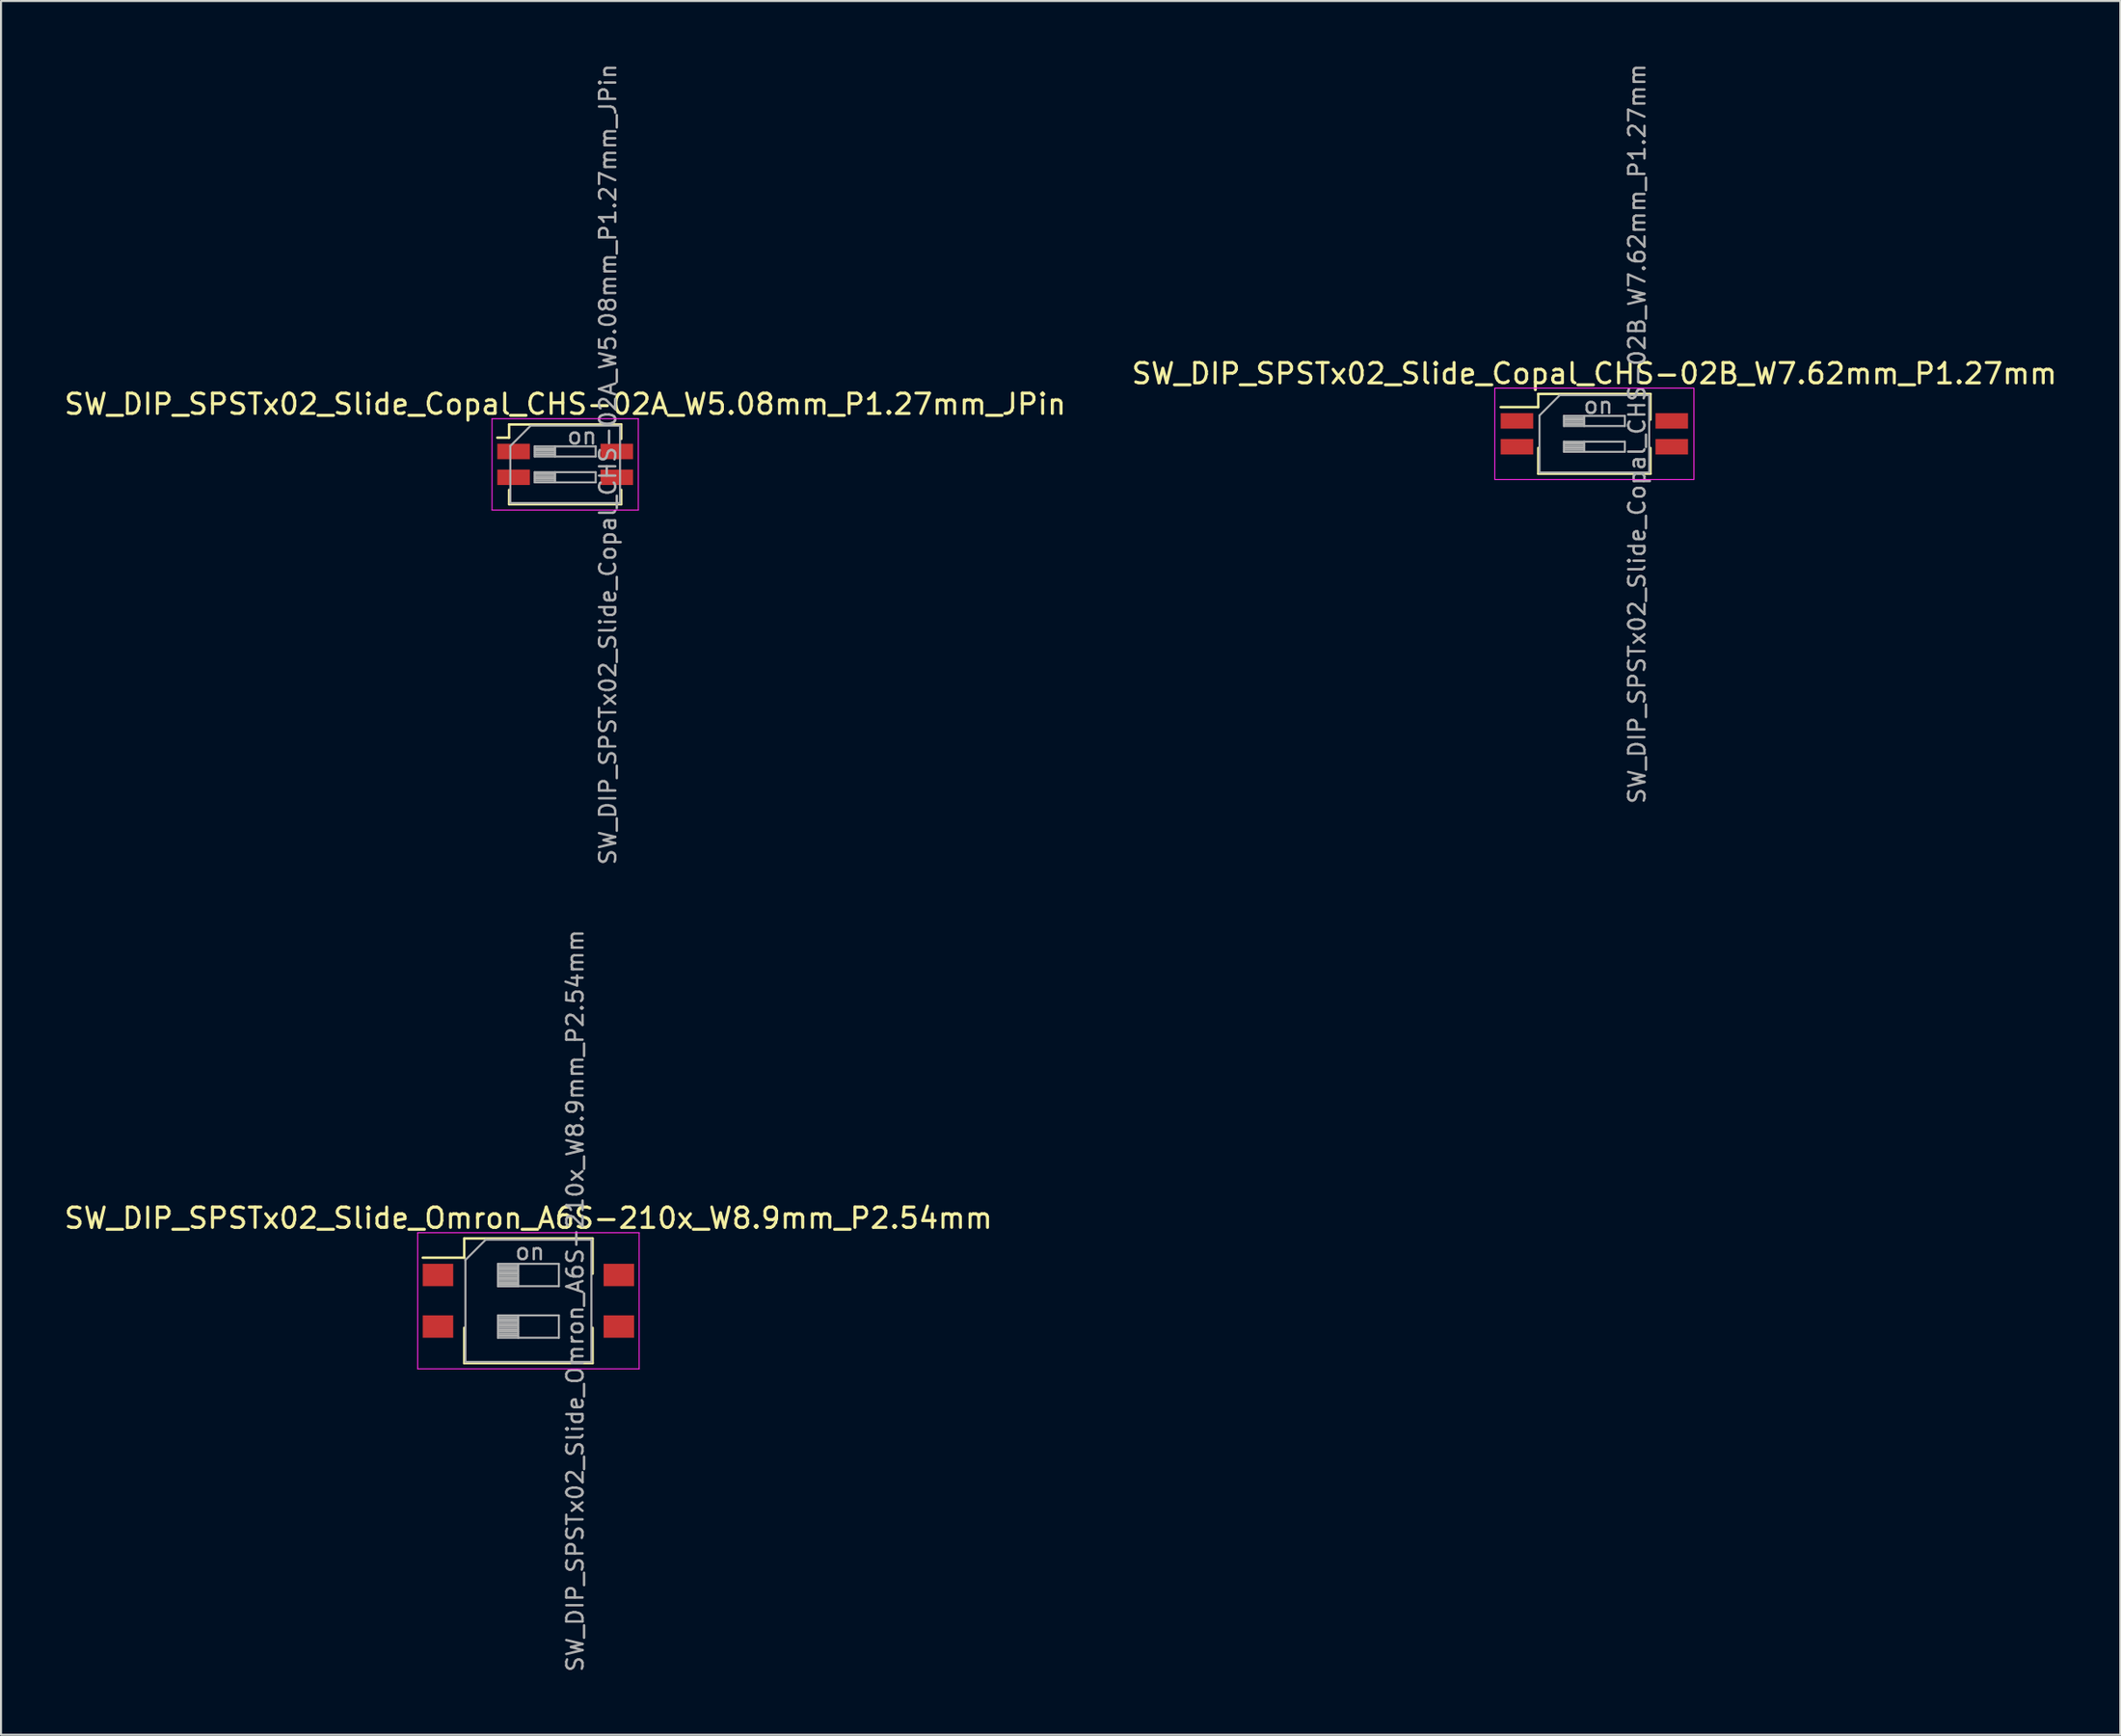
<source format=kicad_pcb>
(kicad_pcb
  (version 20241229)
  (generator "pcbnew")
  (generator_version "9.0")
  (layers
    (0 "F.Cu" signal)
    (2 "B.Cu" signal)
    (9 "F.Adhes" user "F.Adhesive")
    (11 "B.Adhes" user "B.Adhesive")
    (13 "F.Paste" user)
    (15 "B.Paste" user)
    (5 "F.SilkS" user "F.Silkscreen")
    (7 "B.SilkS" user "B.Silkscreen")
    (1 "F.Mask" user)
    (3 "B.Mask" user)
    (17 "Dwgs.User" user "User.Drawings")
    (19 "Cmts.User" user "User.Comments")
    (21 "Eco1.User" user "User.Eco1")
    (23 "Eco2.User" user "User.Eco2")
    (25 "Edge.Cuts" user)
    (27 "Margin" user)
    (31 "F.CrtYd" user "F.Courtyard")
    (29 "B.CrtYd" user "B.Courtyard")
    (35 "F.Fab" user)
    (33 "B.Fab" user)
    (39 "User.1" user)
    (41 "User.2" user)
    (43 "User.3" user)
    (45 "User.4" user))
  (footprint "SW_DIP_SPSTx02_Slide_Copal_CHS-02A_W5.08mm_P1.27mm_JPin"
    (layer "F.Cu")
    (at 24.768 19.814)
    (property "Reference" "SW_DIP_SPSTx02_Slide_Copal_CHS-02A_W5.08mm_P1.27mm_JPin" (at 0 -2.965 0) (layer "F.SilkS") (effects (font (size 1 1) (thickness 0.15))))
    (attr smd)
    (fp_line (start -3.34 -1.315) (end -2.761 -1.315) (stroke (width 0.12) (type solid)) (layer "F.SilkS"))
    (fp_line (start -2.761 -1.965) (end -2.761 -1.315) (stroke (width 0.12) (type solid)) (layer "F.SilkS"))
    (fp_line (start -2.761 -1.965) (end 2.76 -1.965) (stroke (width 0.12) (type solid)) (layer "F.SilkS"))
    (fp_line (start -2.761 1.255) (end -2.761 1.965) (stroke (width 0.12) (type solid)) (layer "F.SilkS"))
    (fp_line (start -2.761 1.965) (end 2.76 1.965) (stroke (width 0.12) (type solid)) (layer "F.SilkS"))
    (fp_line (start 2.76 -1.965) (end 2.76 -1.255) (stroke (width 0.12) (type solid)) (layer "F.SilkS"))
    (fp_line (start 2.76 1.255) (end 2.76 1.965) (stroke (width 0.12) (type solid)) (layer "F.SilkS"))
    (fp_line (start -3.6 -2.25) (end -3.6 2.25) (stroke (width 0.05) (type solid)) (layer "F.CrtYd"))
    (fp_line (start -3.6 2.25) (end 3.6 2.25) (stroke (width 0.05) (type solid)) (layer "F.CrtYd"))
    (fp_line (start 3.6 -2.25) (end -3.6 -2.25) (stroke (width 0.05) (type solid)) (layer "F.CrtYd"))
    (fp_line (start 3.6 2.25) (end 3.6 -2.25) (stroke (width 0.05) (type solid)) (layer "F.CrtYd"))
    (fp_line (start -2.7 -0.905) (end -1.7 -1.905) (stroke (width 0.1) (type solid)) (layer "F.Fab"))
    (fp_line (start -2.7 1.905) (end -2.7 -0.905) (stroke (width 0.1) (type solid)) (layer "F.Fab"))
    (fp_line (start -1.7 -1.905) (end 2.7 -1.905) (stroke (width 0.1) (type solid)) (layer "F.Fab"))
    (fp_line (start -1.5 -0.885) (end -1.5 -0.385) (stroke (width 0.1) (type solid)) (layer "F.Fab"))
    (fp_line (start -1.5 -0.785) (end -0.5 -0.785) (stroke (width 0.1) (type solid)) (layer "F.Fab"))
    (fp_line (start -1.5 -0.685) (end -0.5 -0.685) (stroke (width 0.1) (type solid)) (layer "F.Fab"))
    (fp_line (start -1.5 -0.585) (end -0.5 -0.585) (stroke (width 0.1) (type solid)) (layer "F.Fab"))
    (fp_line (start -1.5 -0.485) (end -0.5 -0.485) (stroke (width 0.1) (type solid)) (layer "F.Fab"))
    (fp_line (start -1.5 -0.385) (end 1.5 -0.385) (stroke (width 0.1) (type solid)) (layer "F.Fab"))
    (fp_line (start -1.5 0.385) (end -1.5 0.885) (stroke (width 0.1) (type solid)) (layer "F.Fab"))
    (fp_line (start -1.5 0.485) (end -0.5 0.485) (stroke (width 0.1) (type solid)) (layer "F.Fab"))
    (fp_line (start -1.5 0.585) (end -0.5 0.585) (stroke (width 0.1) (type solid)) (layer "F.Fab"))
    (fp_line (start -1.5 0.685) (end -0.5 0.685) (stroke (width 0.1) (type solid)) (layer "F.Fab"))
    (fp_line (start -1.5 0.785) (end -0.5 0.785) (stroke (width 0.1) (type solid)) (layer "F.Fab"))
    (fp_line (start -1.5 0.885) (end 1.5 0.885) (stroke (width 0.1) (type solid)) (layer "F.Fab"))
    (fp_line (start -0.5 -0.885) (end -0.5 -0.385) (stroke (width 0.1) (type solid)) (layer "F.Fab"))
    (fp_line (start -0.5 0.385) (end -0.5 0.885) (stroke (width 0.1) (type solid)) (layer "F.Fab"))
    (fp_line (start 1.5 -0.885) (end -1.5 -0.885) (stroke (width 0.1) (type solid)) (layer "F.Fab"))
    (fp_line (start 1.5 -0.385) (end 1.5 -0.885) (stroke (width 0.1) (type solid)) (layer "F.Fab"))
    (fp_line (start 1.5 0.385) (end -1.5 0.385) (stroke (width 0.1) (type solid)) (layer "F.Fab"))
    (fp_line (start 1.5 0.885) (end 1.5 0.385) (stroke (width 0.1) (type solid)) (layer "F.Fab"))
    (fp_line (start 2.7 -1.905) (end 2.7 1.905) (stroke (width 0.1) (type solid)) (layer "F.Fab"))
    (fp_line (start 2.7 1.905) (end -2.7 1.905) (stroke (width 0.1) (type solid)) (layer "F.Fab"))
    (fp_text user "on" (at 0.83 -1.395 0) (layer "F.Fab") (effects (font (size 0.8 0.8) (thickness 0.12))))
    (fp_text user "${REFERENCE}" (at 2.1 0 90) (layer "F.Fab") (effects (font (size 0.8 0.8) (thickness 0.12))))
    (pad "1" smd rect (at -2.54 -0.635) (size 1.6 0.76) (layers "F.Cu" "F.Mask" "F.Paste"))
    (pad "2" smd rect (at -2.54 0.635) (size 1.6 0.76) (layers "F.Cu" "F.Mask" "F.Paste"))
    (pad "3" smd rect (at 2.54 0.635) (size 1.6 0.76) (layers "F.Cu" "F.Mask" "F.Paste"))
    (pad "4" smd rect (at 2.54 -0.635) (size 1.6 0.76) (layers "F.Cu" "F.Mask" "F.Paste")))
  (footprint "SW_DIP_SPSTx02_Slide_Copal_CHS-02B_W7.62mm_P1.27mm"
    (layer "F.Cu")
    (at 75.423 18.31)
    (property "Reference" "SW_DIP_SPSTx02_Slide_Copal_CHS-02B_W7.62mm_P1.27mm" (at 0 -2.965 0) (layer "F.SilkS") (effects (font (size 1 1) (thickness 0.15))))
    (attr smd)
    (fp_line (start -4.61 -1.315) (end -2.76 -1.315) (stroke (width 0.12) (type solid)) (layer "F.SilkS"))
    (fp_line (start -2.76 -1.965) (end -2.76 -1.315) (stroke (width 0.12) (type solid)) (layer "F.SilkS"))
    (fp_line (start -2.76 -1.965) (end 2.76 -1.965) (stroke (width 0.12) (type solid)) (layer "F.SilkS"))
    (fp_line (start -2.76 0.695) (end -2.76 1.965) (stroke (width 0.12) (type solid)) (layer "F.SilkS"))
    (fp_line (start -2.76 1.965) (end 2.76 1.965) (stroke (width 0.12) (type solid)) (layer "F.SilkS"))
    (fp_line (start 2.76 -1.965) (end 2.76 -0.696) (stroke (width 0.12) (type solid)) (layer "F.SilkS"))
    (fp_line (start 2.76 0.695) (end 2.76 1.965) (stroke (width 0.12) (type solid)) (layer "F.SilkS"))
    (fp_line (start -4.9 -2.25) (end -4.9 2.25) (stroke (width 0.05) (type solid)) (layer "F.CrtYd"))
    (fp_line (start -4.9 2.25) (end 4.9 2.25) (stroke (width 0.05) (type solid)) (layer "F.CrtYd"))
    (fp_line (start 4.9 -2.25) (end -4.9 -2.25) (stroke (width 0.05) (type solid)) (layer "F.CrtYd"))
    (fp_line (start 4.9 2.25) (end 4.9 -2.25) (stroke (width 0.05) (type solid)) (layer "F.CrtYd"))
    (fp_line (start -2.7 -0.905) (end -1.7 -1.905) (stroke (width 0.1) (type solid)) (layer "F.Fab"))
    (fp_line (start -2.7 1.905) (end -2.7 -0.905) (stroke (width 0.1) (type solid)) (layer "F.Fab"))
    (fp_line (start -1.7 -1.905) (end 2.7 -1.905) (stroke (width 0.1) (type solid)) (layer "F.Fab"))
    (fp_line (start -1.5 -0.885) (end -1.5 -0.385) (stroke (width 0.1) (type solid)) (layer "F.Fab"))
    (fp_line (start -1.5 -0.785) (end -0.5 -0.785) (stroke (width 0.1) (type solid)) (layer "F.Fab"))
    (fp_line (start -1.5 -0.685) (end -0.5 -0.685) (stroke (width 0.1) (type solid)) (layer "F.Fab"))
    (fp_line (start -1.5 -0.585) (end -0.5 -0.585) (stroke (width 0.1) (type solid)) (layer "F.Fab"))
    (fp_line (start -1.5 -0.485) (end -0.5 -0.485) (stroke (width 0.1) (type solid)) (layer "F.Fab"))
    (fp_line (start -1.5 -0.385) (end 1.5 -0.385) (stroke (width 0.1) (type solid)) (layer "F.Fab"))
    (fp_line (start -1.5 0.385) (end -1.5 0.885) (stroke (width 0.1) (type solid)) (layer "F.Fab"))
    (fp_line (start -1.5 0.485) (end -0.5 0.485) (stroke (width 0.1) (type solid)) (layer "F.Fab"))
    (fp_line (start -1.5 0.585) (end -0.5 0.585) (stroke (width 0.1) (type solid)) (layer "F.Fab"))
    (fp_line (start -1.5 0.685) (end -0.5 0.685) (stroke (width 0.1) (type solid)) (layer "F.Fab"))
    (fp_line (start -1.5 0.785) (end -0.5 0.785) (stroke (width 0.1) (type solid)) (layer "F.Fab"))
    (fp_line (start -1.5 0.885) (end 1.5 0.885) (stroke (width 0.1) (type solid)) (layer "F.Fab"))
    (fp_line (start -0.5 -0.885) (end -0.5 -0.385) (stroke (width 0.1) (type solid)) (layer "F.Fab"))
    (fp_line (start -0.5 0.385) (end -0.5 0.885) (stroke (width 0.1) (type solid)) (layer "F.Fab"))
    (fp_line (start 1.5 -0.885) (end -1.5 -0.885) (stroke (width 0.1) (type solid)) (layer "F.Fab"))
    (fp_line (start 1.5 -0.385) (end 1.5 -0.885) (stroke (width 0.1) (type solid)) (layer "F.Fab"))
    (fp_line (start 1.5 0.385) (end -1.5 0.385) (stroke (width 0.1) (type solid)) (layer "F.Fab"))
    (fp_line (start 1.5 0.885) (end 1.5 0.385) (stroke (width 0.1) (type solid)) (layer "F.Fab"))
    (fp_line (start 2.7 -1.905) (end 2.7 1.905) (stroke (width 0.1) (type solid)) (layer "F.Fab"))
    (fp_line (start 2.7 1.905) (end -2.7 1.905) (stroke (width 0.1) (type solid)) (layer "F.Fab"))
    (fp_text user "on" (at 0.195 -1.395 0) (layer "F.Fab") (effects (font (size 0.8 0.8) (thickness 0.12))))
    (fp_text user "${REFERENCE}" (at 2.1 0 90) (layer "F.Fab") (effects (font (size 0.8 0.8) (thickness 0.12))))
    (pad "1" smd rect (at -3.81 -0.635) (size 1.6 0.76) (layers "F.Cu" "F.Mask" "F.Paste"))
    (pad "2" smd rect (at -3.81 0.635) (size 1.6 0.76) (layers "F.Cu" "F.Mask" "F.Paste"))
    (pad "3" smd rect (at 3.81 0.635) (size 1.6 0.76) (layers "F.Cu" "F.Mask" "F.Paste"))
    (pad "4" smd rect (at 3.81 -0.635) (size 1.6 0.76) (layers "F.Cu" "F.Mask" "F.Paste")))
  (footprint "SW_DIP_SPSTx02_Slide_Omron_A6S-210x_W8.9mm_P2.54mm"
    (layer "F.Cu")
    (at 22.958 60.995)
    (property "Reference" "SW_DIP_SPSTx02_Slide_Omron_A6S-210x_W8.9mm_P2.54mm" (at 0 -4.07 0) (layer "F.SilkS") (effects (font (size 1 1) (thickness 0.15))))
    (attr smd)
    (fp_line (start -5.2 -2.121) (end -3.16 -2.121) (stroke (width 0.12) (type solid)) (layer "F.SilkS"))
    (fp_line (start -3.16 -3.07) (end -3.16 -2.121) (stroke (width 0.12) (type solid)) (layer "F.SilkS"))
    (fp_line (start -3.16 -3.07) (end 3.16 -3.07) (stroke (width 0.12) (type solid)) (layer "F.SilkS"))
    (fp_line (start -3.16 1.331) (end -3.16 3.071) (stroke (width 0.12) (type solid)) (layer "F.SilkS"))
    (fp_line (start -3.16 3.071) (end 3.16 3.071) (stroke (width 0.12) (type solid)) (layer "F.SilkS"))
    (fp_line (start 3.16 -3.07) (end 3.16 -1.331) (stroke (width 0.12) (type solid)) (layer "F.SilkS"))
    (fp_line (start 3.16 1.331) (end 3.16 3.071) (stroke (width 0.12) (type solid)) (layer "F.SilkS"))
    (fp_line (start -5.45 -3.35) (end -5.45 3.35) (stroke (width 0.05) (type solid)) (layer "F.CrtYd"))
    (fp_line (start -5.45 3.35) (end 5.45 3.35) (stroke (width 0.05) (type solid)) (layer "F.CrtYd"))
    (fp_line (start 5.45 -3.35) (end -5.45 -3.35) (stroke (width 0.05) (type solid)) (layer "F.CrtYd"))
    (fp_line (start 5.45 3.35) (end 5.45 -3.35) (stroke (width 0.05) (type solid)) (layer "F.CrtYd"))
    (fp_line (start -3.1 -2.01) (end -2.1 -3.01) (stroke (width 0.1) (type solid)) (layer "F.Fab"))
    (fp_line (start -3.1 3.01) (end -3.1 -2.01) (stroke (width 0.1) (type solid)) (layer "F.Fab"))
    (fp_line (start -2.1 -3.01) (end 3.1 -3.01) (stroke (width 0.1) (type solid)) (layer "F.Fab"))
    (fp_line (start -1.5 -1.82) (end -1.5 -0.72) (stroke (width 0.1) (type solid)) (layer "F.Fab"))
    (fp_line (start -1.5 -1.72) (end -0.5 -1.72) (stroke (width 0.1) (type solid)) (layer "F.Fab"))
    (fp_line (start -1.5 -1.62) (end -0.5 -1.62) (stroke (width 0.1) (type solid)) (layer "F.Fab"))
    (fp_line (start -1.5 -1.52) (end -0.5 -1.52) (stroke (width 0.1) (type solid)) (layer "F.Fab"))
    (fp_line (start -1.5 -1.42) (end -0.5 -1.42) (stroke (width 0.1) (type solid)) (layer "F.Fab"))
    (fp_line (start -1.5 -1.32) (end -0.5 -1.32) (stroke (width 0.1) (type solid)) (layer "F.Fab"))
    (fp_line (start -1.5 -1.22) (end -0.5 -1.22) (stroke (width 0.1) (type solid)) (layer "F.Fab"))
    (fp_line (start -1.5 -1.12) (end -0.5 -1.12) (stroke (width 0.1) (type solid)) (layer "F.Fab"))
    (fp_line (start -1.5 -1.02) (end -0.5 -1.02) (stroke (width 0.1) (type solid)) (layer "F.Fab"))
    (fp_line (start -1.5 -0.92) (end -0.5 -0.92) (stroke (width 0.1) (type solid)) (layer "F.Fab"))
    (fp_line (start -1.5 -0.82) (end -0.5 -0.82) (stroke (width 0.1) (type solid)) (layer "F.Fab"))
    (fp_line (start -1.5 -0.72) (end -0.5 -0.72) (stroke (width 0.1) (type solid)) (layer "F.Fab"))
    (fp_line (start -1.5 -0.72) (end 1.5 -0.72) (stroke (width 0.1) (type solid)) (layer "F.Fab"))
    (fp_line (start -1.5 0.72) (end -1.5 1.82) (stroke (width 0.1) (type solid)) (layer "F.Fab"))
    (fp_line (start -1.5 0.82) (end -0.5 0.82) (stroke (width 0.1) (type solid)) (layer "F.Fab"))
    (fp_line (start -1.5 0.92) (end -0.5 0.92) (stroke (width 0.1) (type solid)) (layer "F.Fab"))
    (fp_line (start -1.5 1.02) (end -0.5 1.02) (stroke (width 0.1) (type solid)) (layer "F.Fab"))
    (fp_line (start -1.5 1.12) (end -0.5 1.12) (stroke (width 0.1) (type solid)) (layer "F.Fab"))
    (fp_line (start -1.5 1.22) (end -0.5 1.22) (stroke (width 0.1) (type solid)) (layer "F.Fab"))
    (fp_line (start -1.5 1.32) (end -0.5 1.32) (stroke (width 0.1) (type solid)) (layer "F.Fab"))
    (fp_line (start -1.5 1.42) (end -0.5 1.42) (stroke (width 0.1) (type solid)) (layer "F.Fab"))
    (fp_line (start -1.5 1.52) (end -0.5 1.52) (stroke (width 0.1) (type solid)) (layer "F.Fab"))
    (fp_line (start -1.5 1.62) (end -0.5 1.62) (stroke (width 0.1) (type solid)) (layer "F.Fab"))
    (fp_line (start -1.5 1.72) (end -0.5 1.72) (stroke (width 0.1) (type solid)) (layer "F.Fab"))
    (fp_line (start -1.5 1.82) (end 1.5 1.82) (stroke (width 0.1) (type solid)) (layer "F.Fab"))
    (fp_line (start -0.5 -1.82) (end -0.5 -0.72) (stroke (width 0.1) (type solid)) (layer "F.Fab"))
    (fp_line (start -0.5 0.72) (end -0.5 1.82) (stroke (width 0.1) (type solid)) (layer "F.Fab"))
    (fp_line (start 1.5 -1.82) (end -1.5 -1.82) (stroke (width 0.1) (type solid)) (layer "F.Fab"))
    (fp_line (start 1.5 -0.72) (end 1.5 -1.82) (stroke (width 0.1) (type solid)) (layer "F.Fab"))
    (fp_line (start 1.5 0.72) (end -1.5 0.72) (stroke (width 0.1) (type solid)) (layer "F.Fab"))
    (fp_line (start 1.5 1.82) (end 1.5 0.72) (stroke (width 0.1) (type solid)) (layer "F.Fab"))
    (fp_line (start 3.1 -3.01) (end 3.1 3.01) (stroke (width 0.1) (type solid)) (layer "F.Fab"))
    (fp_line (start 3.1 3.01) (end -3.1 3.01) (stroke (width 0.1) (type solid)) (layer "F.Fab"))
    (fp_text user "on" (at 0.075 -2.415 0) (layer "F.Fab") (effects (font (size 0.8 0.8) (thickness 0.12))))
    (fp_text user "${REFERENCE}" (at 2.3 0 90) (layer "F.Fab") (effects (font (size 0.8 0.8) (thickness 0.12))))
    (pad "1" smd rect (at -4.45 -1.27) (size 1.5 1.1) (layers "F.Cu" "F.Mask" "F.Paste"))
    (pad "2" smd rect (at -4.45 1.27) (size 1.5 1.1) (layers "F.Cu" "F.Mask" "F.Paste"))
    (pad "3" smd rect (at 4.45 1.27) (size 1.5 1.1) (layers "F.Cu" "F.Mask" "F.Paste"))
    (pad "4" smd rect (at 4.45 -1.27) (size 1.5 1.1) (layers "F.Cu" "F.Mask" "F.Paste")))
  (gr_rect
    (start -3 -3)
    (end 101.31 82.362)
    (stroke (width 0.1) (type default))
    (fill no)
    (layer "Edge.Cuts")))
</source>
